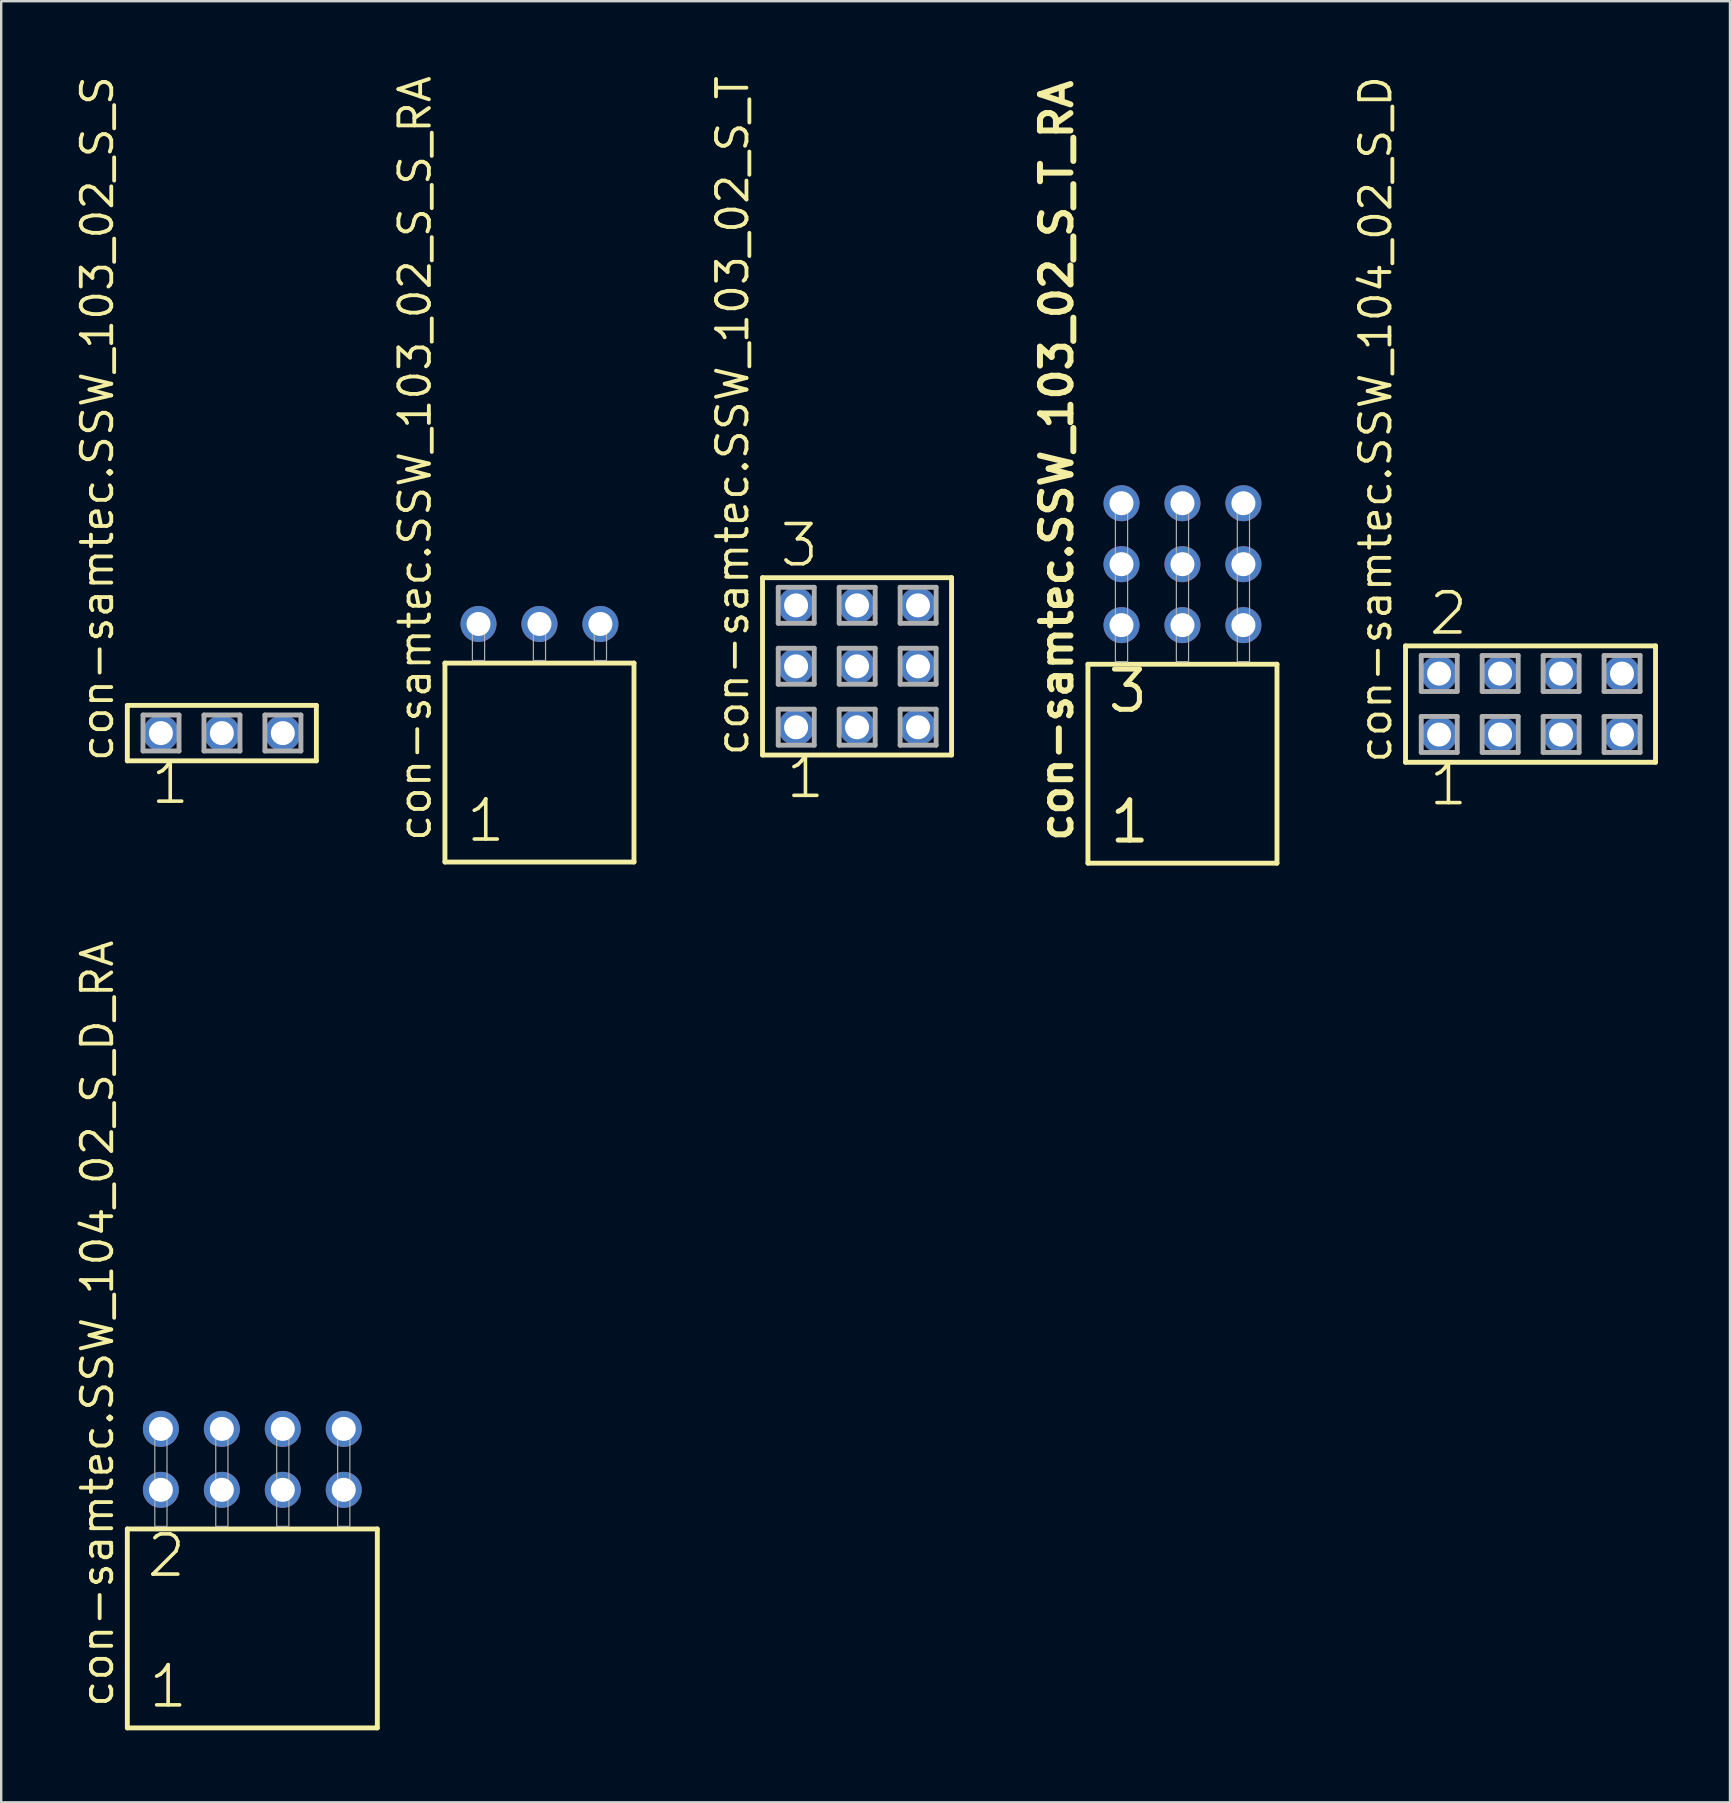
<source format=kicad_pcb>
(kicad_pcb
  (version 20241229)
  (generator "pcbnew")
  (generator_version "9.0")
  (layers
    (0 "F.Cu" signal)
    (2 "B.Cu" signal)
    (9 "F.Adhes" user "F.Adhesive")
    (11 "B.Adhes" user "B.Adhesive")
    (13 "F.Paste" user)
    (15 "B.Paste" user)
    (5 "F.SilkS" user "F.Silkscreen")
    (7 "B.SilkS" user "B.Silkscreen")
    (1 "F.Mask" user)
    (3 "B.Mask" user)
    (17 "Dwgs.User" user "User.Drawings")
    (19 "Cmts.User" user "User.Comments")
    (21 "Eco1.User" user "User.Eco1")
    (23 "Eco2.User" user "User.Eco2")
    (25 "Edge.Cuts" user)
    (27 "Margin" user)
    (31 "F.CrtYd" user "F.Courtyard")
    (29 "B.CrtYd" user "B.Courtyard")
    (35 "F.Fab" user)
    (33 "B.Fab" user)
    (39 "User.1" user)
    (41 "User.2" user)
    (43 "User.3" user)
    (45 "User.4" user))
  (footprint "con-samtec.SSW_104_02_S_D_RA"
    (layer "F.Cu")
    (at 7.465 60.56)
    (property "Reference" "con-samtec.SSW_104_02_S_D_RA" (at -5.715 7.62 90) (layer "F.SilkS") (effects (font (size 1.27 1.27) (thickness 0.16)) (justify left bottom)))
    (attr through_hole)
    (fp_line (start -5.209 0.106) (end -5.209 8.396) (stroke (width 0.203) (type default)) (layer "F.SilkS"))
    (fp_line (start -5.209 8.396) (end 5.209 8.396) (stroke (width 0.203) (type default)) (layer "F.SilkS"))
    (fp_line (start 5.209 0.106) (end -5.209 0.106) (stroke (width 0.203) (type default)) (layer "F.SilkS"))
    (fp_line (start 5.209 8.396) (end 5.209 0.106) (stroke (width 0.203) (type default)) (layer "F.SilkS"))
    (fp_rect (start -4.064 0) (end -3.556 -4.318) (stroke (width 0.05) (type default)) (fill no) (layer "F.Fab"))
    (fp_rect (start -1.524 0) (end -1.016 -4.318) (stroke (width 0.05) (type default)) (fill no) (layer "F.Fab"))
    (fp_rect (start 1.016 0) (end 1.524 -4.318) (stroke (width 0.05) (type default)) (fill no) (layer "F.Fab"))
    (fp_rect (start 3.556 0) (end 4.064 -4.318) (stroke (width 0.05) (type default)) (fill no) (layer "F.Fab"))
    (fp_text user "1" (at -4.405 7.65 0) (layer "F.SilkS") (effects (font (size 1.676 1.676) (thickness 0.15)) (justify left bottom)))
    (fp_text user "2" (at -4.48 2.2 0) (layer "F.SilkS") (effects (font (size 1.676 1.676) (thickness 0.15)) (justify left bottom)))
    (pad "1" thru_hole circle (at -3.81 -1.524) (size 1.5 1.5) (drill 1) (layers "*.Cu" "*.Mask"))
    (pad "2" thru_hole circle (at -3.81 -4.064) (size 1.5 1.5) (drill 1) (layers "*.Cu" "*.Mask"))
    (pad "3" thru_hole circle (at -1.27 -1.524) (size 1.5 1.5) (drill 1) (layers "*.Cu" "*.Mask"))
    (pad "4" thru_hole circle (at -1.27 -4.064) (size 1.5 1.5) (drill 1) (layers "*.Cu" "*.Mask"))
    (pad "5" thru_hole circle (at 1.27 -1.524) (size 1.5 1.5) (drill 1) (layers "*.Cu" "*.Mask"))
    (pad "6" thru_hole circle (at 1.27 -4.064) (size 1.5 1.5) (drill 1) (layers "*.Cu" "*.Mask"))
    (pad "7" thru_hole circle (at 3.81 -1.524) (size 1.5 1.5) (drill 1) (layers "*.Cu" "*.Mask"))
    (pad "8" thru_hole circle (at 3.81 -4.064) (size 1.5 1.5) (drill 1) (layers "*.Cu" "*.Mask")))
  (footprint "con-samtec.SSW_104_02_S_D"
    (layer "F.Cu")
    (at 60.732 26.291)
    (property "Reference" "con-samtec.SSW_104_02_S_D" (at -5.715 2.54 90) (layer "F.SilkS") (effects (font (size 1.27 1.27) (thickness 0.16)) (justify left bottom)))
    (attr through_hole)
    (fp_line (start -5.209 -2.425) (end 5.209 -2.425) (stroke (width 0.203) (type default)) (layer "F.SilkS"))
    (fp_line (start -5.209 2.425) (end -5.209 -2.425) (stroke (width 0.203) (type default)) (layer "F.SilkS"))
    (fp_line (start 5.209 -2.425) (end 5.209 2.425) (stroke (width 0.203) (type default)) (layer "F.SilkS"))
    (fp_line (start 5.209 2.425) (end -5.209 2.425) (stroke (width 0.203) (type default)) (layer "F.SilkS"))
    (fp_line (start -4.555 -2.025) (end -3.055 -2.025) (stroke (width 0.203) (type default)) (layer "F.Fab"))
    (fp_line (start -4.555 -0.525) (end -4.555 -2.025) (stroke (width 0.203) (type default)) (layer "F.Fab"))
    (fp_line (start -4.555 0.515) (end -3.055 0.515) (stroke (width 0.203) (type default)) (layer "F.Fab"))
    (fp_line (start -4.555 2.015) (end -4.555 0.515) (stroke (width 0.203) (type default)) (layer "F.Fab"))
    (fp_line (start -3.055 -2.025) (end -3.055 -0.525) (stroke (width 0.203) (type default)) (layer "F.Fab"))
    (fp_line (start -3.055 -0.525) (end -4.555 -0.525) (stroke (width 0.203) (type default)) (layer "F.Fab"))
    (fp_line (start -3.055 0.515) (end -3.055 2.015) (stroke (width 0.203) (type default)) (layer "F.Fab"))
    (fp_line (start -3.055 2.015) (end -4.555 2.015) (stroke (width 0.203) (type default)) (layer "F.Fab"))
    (fp_line (start -2.015 -2.025) (end -0.515 -2.025) (stroke (width 0.203) (type default)) (layer "F.Fab"))
    (fp_line (start -2.015 -0.525) (end -2.015 -2.025) (stroke (width 0.203) (type default)) (layer "F.Fab"))
    (fp_line (start -2.015 0.515) (end -0.515 0.515) (stroke (width 0.203) (type default)) (layer "F.Fab"))
    (fp_line (start -2.015 2.015) (end -2.015 0.515) (stroke (width 0.203) (type default)) (layer "F.Fab"))
    (fp_line (start -0.515 -2.025) (end -0.515 -0.525) (stroke (width 0.203) (type default)) (layer "F.Fab"))
    (fp_line (start -0.515 -0.525) (end -2.015 -0.525) (stroke (width 0.203) (type default)) (layer "F.Fab"))
    (fp_line (start -0.515 0.515) (end -0.515 2.015) (stroke (width 0.203) (type default)) (layer "F.Fab"))
    (fp_line (start -0.515 2.015) (end -2.015 2.015) (stroke (width 0.203) (type default)) (layer "F.Fab"))
    (fp_line (start 0.525 -2.025) (end 2.025 -2.025) (stroke (width 0.203) (type default)) (layer "F.Fab"))
    (fp_line (start 0.525 -0.525) (end 0.525 -2.025) (stroke (width 0.203) (type default)) (layer "F.Fab"))
    (fp_line (start 0.525 0.515) (end 2.025 0.515) (stroke (width 0.203) (type default)) (layer "F.Fab"))
    (fp_line (start 0.525 2.015) (end 0.525 0.515) (stroke (width 0.203) (type default)) (layer "F.Fab"))
    (fp_line (start 2.025 -2.025) (end 2.025 -0.525) (stroke (width 0.203) (type default)) (layer "F.Fab"))
    (fp_line (start 2.025 -0.525) (end 0.525 -0.525) (stroke (width 0.203) (type default)) (layer "F.Fab"))
    (fp_line (start 2.025 0.515) (end 2.025 2.015) (stroke (width 0.203) (type default)) (layer "F.Fab"))
    (fp_line (start 2.025 2.015) (end 0.525 2.015) (stroke (width 0.203) (type default)) (layer "F.Fab"))
    (fp_line (start 3.065 -2.025) (end 4.565 -2.025) (stroke (width 0.203) (type default)) (layer "F.Fab"))
    (fp_line (start 3.065 -0.525) (end 3.065 -2.025) (stroke (width 0.203) (type default)) (layer "F.Fab"))
    (fp_line (start 3.065 0.515) (end 4.565 0.515) (stroke (width 0.203) (type default)) (layer "F.Fab"))
    (fp_line (start 3.065 2.015) (end 3.065 0.515) (stroke (width 0.203) (type default)) (layer "F.Fab"))
    (fp_line (start 4.565 -2.025) (end 4.565 -0.525) (stroke (width 0.203) (type default)) (layer "F.Fab"))
    (fp_line (start 4.565 -0.525) (end 3.065 -0.525) (stroke (width 0.203) (type default)) (layer "F.Fab"))
    (fp_line (start 4.565 0.515) (end 4.565 2.015) (stroke (width 0.203) (type default)) (layer "F.Fab"))
    (fp_line (start 4.565 2.015) (end 3.065 2.015) (stroke (width 0.203) (type default)) (layer "F.Fab"))
    (fp_text user "2" (at -4.318 -2.794 0) (layer "F.SilkS") (effects (font (size 1.676 1.676) (thickness 0.15)) (justify left bottom)))
    (fp_text user "1" (at -4.318 4.318 0) (layer "F.SilkS") (effects (font (size 1.676 1.676) (thickness 0.15)) (justify left bottom)))
    (pad "1" thru_hole circle (at -3.81 1.27) (size 1.5 1.5) (drill 1) (layers "*.Cu" "*.Mask"))
    (pad "2" thru_hole circle (at -3.81 -1.27) (size 1.5 1.5) (drill 1) (layers "*.Cu" "*.Mask"))
    (pad "3" thru_hole circle (at -1.27 1.27) (size 1.5 1.5) (drill 1) (layers "*.Cu" "*.Mask"))
    (pad "4" thru_hole circle (at -1.27 -1.27) (size 1.5 1.5) (drill 1) (layers "*.Cu" "*.Mask"))
    (pad "5" thru_hole circle (at 1.27 1.27) (size 1.5 1.5) (drill 1) (layers "*.Cu" "*.Mask"))
    (pad "6" thru_hole circle (at 1.27 -1.27) (size 1.5 1.5) (drill 1) (layers "*.Cu" "*.Mask"))
    (pad "7" thru_hole circle (at 3.81 1.27) (size 1.5 1.5) (drill 1) (layers "*.Cu" "*.Mask"))
    (pad "8" thru_hole circle (at 3.81 -1.27) (size 1.5 1.5) (drill 1) (layers "*.Cu" "*.Mask")))
  (footprint "con-samtec.SSW_103_02_S_S_RA"
    (layer "F.Cu")
    (at 19.431 24.477)
    (property "Reference" "con-samtec.SSW_103_02_S_S_RA" (at -4.445 7.62 90) (layer "F.SilkS") (effects (font (size 1.27 1.27) (thickness 0.16)) (justify left bottom)))
    (attr through_hole)
    (fp_line (start -3.939 0.106) (end -3.939 8.396) (stroke (width 0.203) (type default)) (layer "F.SilkS"))
    (fp_line (start -3.939 8.396) (end 3.939 8.396) (stroke (width 0.203) (type default)) (layer "F.SilkS"))
    (fp_line (start 3.939 0.106) (end -3.939 0.106) (stroke (width 0.203) (type default)) (layer "F.SilkS"))
    (fp_line (start 3.939 8.396) (end 3.939 0.106) (stroke (width 0.203) (type default)) (layer "F.SilkS"))
    (fp_rect (start -2.794 0) (end -2.286 -1.778) (stroke (width 0.05) (type default)) (fill no) (layer "F.Fab"))
    (fp_rect (start -0.254 0) (end 0.254 -1.778) (stroke (width 0.05) (type default)) (fill no) (layer "F.Fab"))
    (fp_rect (start 2.286 0) (end 2.794 -1.778) (stroke (width 0.05) (type default)) (fill no) (layer "F.Fab"))
    (fp_text user "1" (at -3.135 7.65 0) (layer "F.SilkS") (effects (font (size 1.676 1.676) (thickness 0.15)) (justify left bottom)))
    (pad "1" thru_hole circle (at -2.54 -1.524) (size 1.5 1.5) (drill 1) (layers "*.Cu" "*.Mask"))
    (pad "2" thru_hole circle (at 0 -1.524) (size 1.5 1.5) (drill 1) (layers "*.Cu" "*.Mask"))
    (pad "3" thru_hole circle (at 2.54 -1.524) (size 1.5 1.5) (drill 1) (layers "*.Cu" "*.Mask")))
  (footprint "con-samtec.SSW_103_02_S_T"
    (layer "F.Cu")
    (at 32.666 24.719)
    (property "Reference" "con-samtec.SSW_103_02_S_T" (at -4.445 3.81 90) (layer "F.SilkS") (effects (font (size 1.27 1.27) (thickness 0.16)) (justify left bottom)))
    (attr through_hole)
    (fp_line (start -3.939 -3.695) (end 3.939 -3.695) (stroke (width 0.203) (type default)) (layer "F.SilkS"))
    (fp_line (start -3.939 3.695) (end -3.939 -3.695) (stroke (width 0.203) (type default)) (layer "F.SilkS"))
    (fp_line (start 3.939 -3.695) (end 3.939 3.695) (stroke (width 0.203) (type default)) (layer "F.SilkS"))
    (fp_line (start 3.939 3.695) (end -3.939 3.695) (stroke (width 0.203) (type default)) (layer "F.SilkS"))
    (fp_line (start -3.285 -3.295) (end -1.785 -3.295) (stroke (width 0.203) (type default)) (layer "F.Fab"))
    (fp_line (start -3.285 -1.795) (end -3.285 -3.295) (stroke (width 0.203) (type default)) (layer "F.Fab"))
    (fp_line (start -3.285 -0.755) (end -1.785 -0.755) (stroke (width 0.203) (type default)) (layer "F.Fab"))
    (fp_line (start -3.285 0.745) (end -3.285 -0.755) (stroke (width 0.203) (type default)) (layer "F.Fab"))
    (fp_line (start -3.285 1.785) (end -1.785 1.785) (stroke (width 0.203) (type default)) (layer "F.Fab"))
    (fp_line (start -3.285 3.285) (end -3.285 1.785) (stroke (width 0.203) (type default)) (layer "F.Fab"))
    (fp_line (start -1.785 -3.295) (end -1.785 -1.795) (stroke (width 0.203) (type default)) (layer "F.Fab"))
    (fp_line (start -1.785 -1.795) (end -3.285 -1.795) (stroke (width 0.203) (type default)) (layer "F.Fab"))
    (fp_line (start -1.785 -0.755) (end -1.785 0.745) (stroke (width 0.203) (type default)) (layer "F.Fab"))
    (fp_line (start -1.785 0.745) (end -3.285 0.745) (stroke (width 0.203) (type default)) (layer "F.Fab"))
    (fp_line (start -1.785 1.785) (end -1.785 3.285) (stroke (width 0.203) (type default)) (layer "F.Fab"))
    (fp_line (start -1.785 3.285) (end -3.285 3.285) (stroke (width 0.203) (type default)) (layer "F.Fab"))
    (fp_line (start -0.745 -3.295) (end 0.755 -3.295) (stroke (width 0.203) (type default)) (layer "F.Fab"))
    (fp_line (start -0.745 -1.795) (end -0.745 -3.295) (stroke (width 0.203) (type default)) (layer "F.Fab"))
    (fp_line (start -0.745 -0.755) (end 0.755 -0.755) (stroke (width 0.203) (type default)) (layer "F.Fab"))
    (fp_line (start -0.745 0.745) (end -0.745 -0.755) (stroke (width 0.203) (type default)) (layer "F.Fab"))
    (fp_line (start -0.745 1.785) (end 0.755 1.785) (stroke (width 0.203) (type default)) (layer "F.Fab"))
    (fp_line (start -0.745 3.285) (end -0.745 1.785) (stroke (width 0.203) (type default)) (layer "F.Fab"))
    (fp_line (start 0.755 -3.295) (end 0.755 -1.795) (stroke (width 0.203) (type default)) (layer "F.Fab"))
    (fp_line (start 0.755 -1.795) (end -0.745 -1.795) (stroke (width 0.203) (type default)) (layer "F.Fab"))
    (fp_line (start 0.755 -0.755) (end 0.755 0.745) (stroke (width 0.203) (type default)) (layer "F.Fab"))
    (fp_line (start 0.755 0.745) (end -0.745 0.745) (stroke (width 0.203) (type default)) (layer "F.Fab"))
    (fp_line (start 0.755 1.785) (end 0.755 3.285) (stroke (width 0.203) (type default)) (layer "F.Fab"))
    (fp_line (start 0.755 3.285) (end -0.745 3.285) (stroke (width 0.203) (type default)) (layer "F.Fab"))
    (fp_line (start 1.795 -3.295) (end 3.295 -3.295) (stroke (width 0.203) (type default)) (layer "F.Fab"))
    (fp_line (start 1.795 -1.795) (end 1.795 -3.295) (stroke (width 0.203) (type default)) (layer "F.Fab"))
    (fp_line (start 1.795 -0.755) (end 3.295 -0.755) (stroke (width 0.203) (type default)) (layer "F.Fab"))
    (fp_line (start 1.795 0.745) (end 1.795 -0.755) (stroke (width 0.203) (type default)) (layer "F.Fab"))
    (fp_line (start 1.795 1.785) (end 3.295 1.785) (stroke (width 0.203) (type default)) (layer "F.Fab"))
    (fp_line (start 1.795 3.285) (end 1.795 1.785) (stroke (width 0.203) (type default)) (layer "F.Fab"))
    (fp_line (start 3.295 -3.295) (end 3.295 -1.795) (stroke (width 0.203) (type default)) (layer "F.Fab"))
    (fp_line (start 3.295 -1.795) (end 1.795 -1.795) (stroke (width 0.203) (type default)) (layer "F.Fab"))
    (fp_line (start 3.295 -0.755) (end 3.295 0.745) (stroke (width 0.203) (type default)) (layer "F.Fab"))
    (fp_line (start 3.295 0.745) (end 1.795 0.745) (stroke (width 0.203) (type default)) (layer "F.Fab"))
    (fp_line (start 3.295 1.785) (end 3.295 3.285) (stroke (width 0.203) (type default)) (layer "F.Fab"))
    (fp_line (start 3.295 3.285) (end 1.795 3.285) (stroke (width 0.203) (type default)) (layer "F.Fab"))
    (fp_text user "3" (at -3.302 -4.064 0) (layer "F.SilkS") (effects (font (size 1.676 1.676) (thickness 0.15)) (justify left bottom)))
    (fp_text user "1" (at -3.048 5.588 0) (layer "F.SilkS") (effects (font (size 1.676 1.676) (thickness 0.15)) (justify left bottom)))
    (pad "1" thru_hole circle (at -2.54 2.54) (size 1.5 1.5) (drill 1) (layers "*.Cu" "*.Mask"))
    (pad "2" thru_hole circle (at -2.54 0) (size 1.5 1.5) (drill 1) (layers "*.Cu" "*.Mask"))
    (pad "3" thru_hole circle (at -2.54 -2.54) (size 1.5 1.5) (drill 1) (layers "*.Cu" "*.Mask"))
    (pad "4" thru_hole circle (at 0 2.54) (size 1.5 1.5) (drill 1) (layers "*.Cu" "*.Mask"))
    (pad "5" thru_hole circle (at 0 0) (size 1.5 1.5) (drill 1) (layers "*.Cu" "*.Mask"))
    (pad "6" thru_hole circle (at 0 -2.54) (size 1.5 1.5) (drill 1) (layers "*.Cu" "*.Mask"))
    (pad "7" thru_hole circle (at 2.54 2.54) (size 1.5 1.5) (drill 1) (layers "*.Cu" "*.Mask"))
    (pad "8" thru_hole circle (at 2.54 0) (size 1.5 1.5) (drill 1) (layers "*.Cu" "*.Mask"))
    (pad "9" thru_hole circle (at 2.54 -2.54) (size 1.5 1.5) (drill 1) (layers "*.Cu" "*.Mask")))
  (footprint "con-samtec.SSW_103_02_S_T_RA"
    (layer "F.Cu")
    (at 46.227 24.525)
    (property "Reference" "con-samtec.SSW_103_02_S_T_RA" (at -4.5 7.6 90) (layer "F.SilkS") (effects (font (size 1.27 1.27) (thickness 0.25)) (justify left bottom)))
    (attr through_hole)
    (fp_line (start -3.939 0.106) (end -3.939 8.396) (stroke (width 0.203) (type default)) (layer "F.SilkS"))
    (fp_line (start -3.939 8.396) (end 3.939 8.396) (stroke (width 0.203) (type default)) (layer "F.SilkS"))
    (fp_line (start 3.939 0.106) (end -3.939 0.106) (stroke (width 0.203) (type default)) (layer "F.SilkS"))
    (fp_line (start 3.939 8.396) (end 3.939 0.106) (stroke (width 0.203) (type default)) (layer "F.SilkS"))
    (fp_rect (start -2.794 0) (end -2.286 -6.858) (stroke (width 0.05) (type default)) (fill no) (layer "F.Fab"))
    (fp_rect (start -0.254 0) (end 0.254 -6.858) (stroke (width 0.05) (type default)) (fill no) (layer "F.Fab"))
    (fp_rect (start 2.286 0) (end 2.794 -6.858) (stroke (width 0.05) (type default)) (fill no) (layer "F.Fab"))
    (fp_text user "1" (at -3.135 7.65 0) (layer "F.SilkS") (effects (font (size 1.676 1.676) (thickness 0.21)) (justify left bottom)))
    (fp_text user "3" (at -3.21 2.2 0) (layer "F.SilkS") (effects (font (size 1.676 1.676) (thickness 0.21)) (justify left bottom)))
    (pad "1" thru_hole circle (at -2.54 -1.524) (size 1.5 1.5) (drill 1) (layers "*.Cu" "*.Mask"))
    (pad "2" thru_hole circle (at -2.54 -4.064) (size 1.5 1.5) (drill 1) (layers "*.Cu" "*.Mask"))
    (pad "3" thru_hole circle (at -2.54 -6.604) (size 1.5 1.5) (drill 1) (layers "*.Cu" "*.Mask"))
    (pad "4" thru_hole circle (at 0 -1.524) (size 1.5 1.5) (drill 1) (layers "*.Cu" "*.Mask"))
    (pad "5" thru_hole circle (at 0 -4.064) (size 1.5 1.5) (drill 1) (layers "*.Cu" "*.Mask"))
    (pad "6" thru_hole circle (at 0 -6.604) (size 1.5 1.5) (drill 1) (layers "*.Cu" "*.Mask"))
    (pad "7" thru_hole circle (at 2.54 -1.524) (size 1.5 1.5) (drill 1) (layers "*.Cu" "*.Mask"))
    (pad "8" thru_hole circle (at 2.54 -4.064) (size 1.5 1.5) (drill 1) (layers "*.Cu" "*.Mask"))
    (pad "9" thru_hole circle (at 2.54 -6.604) (size 1.5 1.5) (drill 1) (layers "*.Cu" "*.Mask")))
  (footprint "con-samtec.SSW_103_02_S_S"
    (layer "F.Cu")
    (at 6.195 27.501)
    (property "Reference" "con-samtec.SSW_103_02_S_S" (at -4.445 1.27 90) (layer "F.SilkS") (effects (font (size 1.27 1.27) (thickness 0.16)) (justify left bottom)))
    (attr through_hole)
    (fp_line (start -3.939 -1.155) (end 3.939 -1.155) (stroke (width 0.203) (type default)) (layer "F.SilkS"))
    (fp_line (start -3.939 1.155) (end -3.939 -1.155) (stroke (width 0.203) (type default)) (layer "F.SilkS"))
    (fp_line (start 3.939 -1.155) (end 3.939 1.155) (stroke (width 0.203) (type default)) (layer "F.SilkS"))
    (fp_line (start 3.939 1.155) (end -3.939 1.155) (stroke (width 0.203) (type default)) (layer "F.SilkS"))
    (fp_line (start -3.285 -0.755) (end -1.785 -0.755) (stroke (width 0.203) (type default)) (layer "F.Fab"))
    (fp_line (start -3.285 0.745) (end -3.285 -0.755) (stroke (width 0.203) (type default)) (layer "F.Fab"))
    (fp_line (start -1.785 -0.755) (end -1.785 0.745) (stroke (width 0.203) (type default)) (layer "F.Fab"))
    (fp_line (start -1.785 0.745) (end -3.285 0.745) (stroke (width 0.203) (type default)) (layer "F.Fab"))
    (fp_line (start -0.745 -0.755) (end 0.755 -0.755) (stroke (width 0.203) (type default)) (layer "F.Fab"))
    (fp_line (start -0.745 0.745) (end -0.745 -0.755) (stroke (width 0.203) (type default)) (layer "F.Fab"))
    (fp_line (start 0.755 -0.755) (end 0.755 0.745) (stroke (width 0.203) (type default)) (layer "F.Fab"))
    (fp_line (start 0.755 0.745) (end -0.745 0.745) (stroke (width 0.203) (type default)) (layer "F.Fab"))
    (fp_line (start 1.795 -0.755) (end 3.295 -0.755) (stroke (width 0.203) (type default)) (layer "F.Fab"))
    (fp_line (start 1.795 0.745) (end 1.795 -0.755) (stroke (width 0.203) (type default)) (layer "F.Fab"))
    (fp_line (start 3.295 -0.755) (end 3.295 0.745) (stroke (width 0.203) (type default)) (layer "F.Fab"))
    (fp_line (start 3.295 0.745) (end 1.795 0.745) (stroke (width 0.203) (type default)) (layer "F.Fab"))
    (fp_text user "1" (at -3.048 3.048 0) (layer "F.SilkS") (effects (font (size 1.676 1.676) (thickness 0.15)) (justify left bottom)))
    (pad "1" thru_hole circle (at -2.54 0) (size 1.5 1.5) (drill 1) (layers "*.Cu" "*.Mask"))
    (pad "2" thru_hole circle (at 0 0) (size 1.5 1.5) (drill 1) (layers "*.Cu" "*.Mask"))
    (pad "3" thru_hole circle (at 2.54 0) (size 1.5 1.5) (drill 1) (layers "*.Cu" "*.Mask")))
  (gr_rect
    (start -3 -3)
    (end 69.043 72.058)
    (stroke (width 0.1) (type default))
    (fill no)
    (layer "Edge.Cuts")))
</source>
